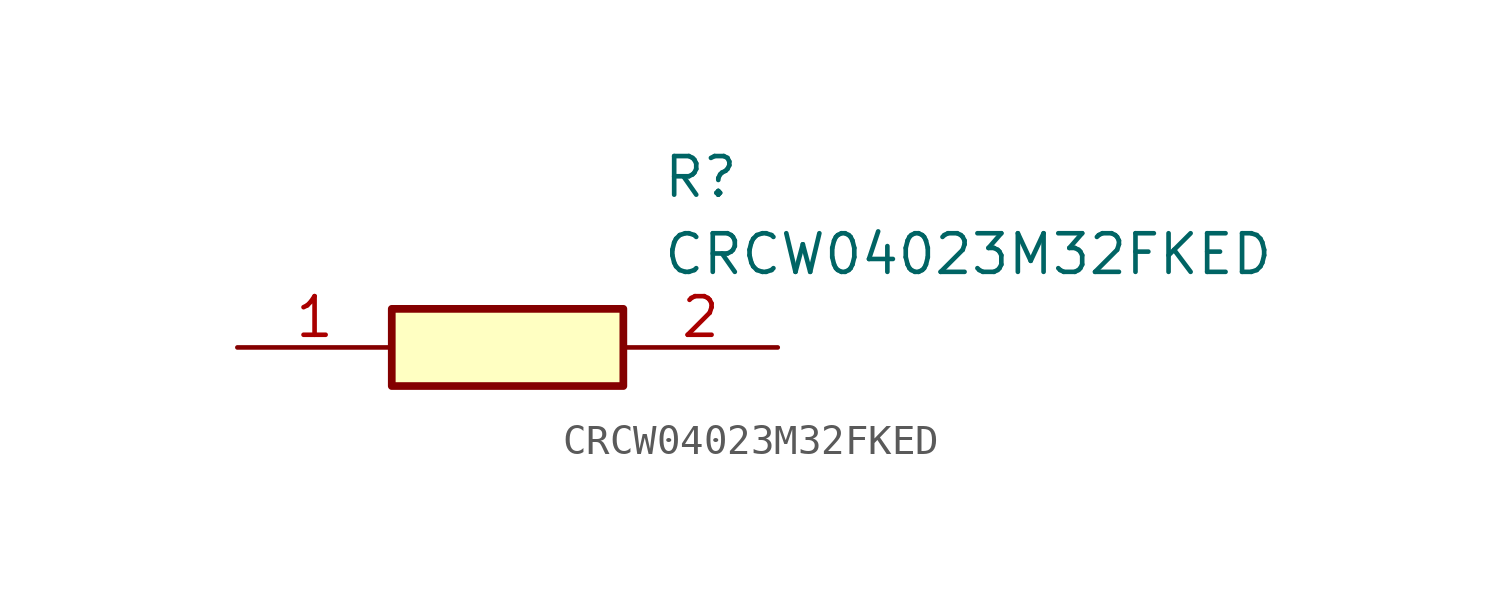
<source format=kicad_sym>
(kicad_symbol_lib
  (version 20211014)
  (generator SamacSys_ECAD_Model)
  (symbol "CRCW04023M32FKED"
    (pin_names hide)
    (property "Reference" "R"
      (at 13.97 6.35 0)
      (effects (font (size 1.27 1.27)) (justify left top)))
    (property "Value" "CRCW04023M32FKED"
      (at 13.97 3.81 0)
      (effects (font (size 1.27 1.27)) (justify left top)))
    (rectangle
      (start 5.08 1.27)
      (end 12.7 -1.27)
      (stroke (width 0.254) (type default))
      (fill (type background)))
    (pin passive line
      (at 0 0 0)
      (length 5.08)
      (name "1" (effects (font (size 1.27 1.27))))
      (number "1" (effects (font (size 1.27 1.27)))))
    (pin passive line
      (at 17.78 0 180)
      (length 5.08)
      (name "2" (effects (font (size 1.27 1.27))))
      (number "2" (effects (font (size 1.27 1.27)))))))
</source>
